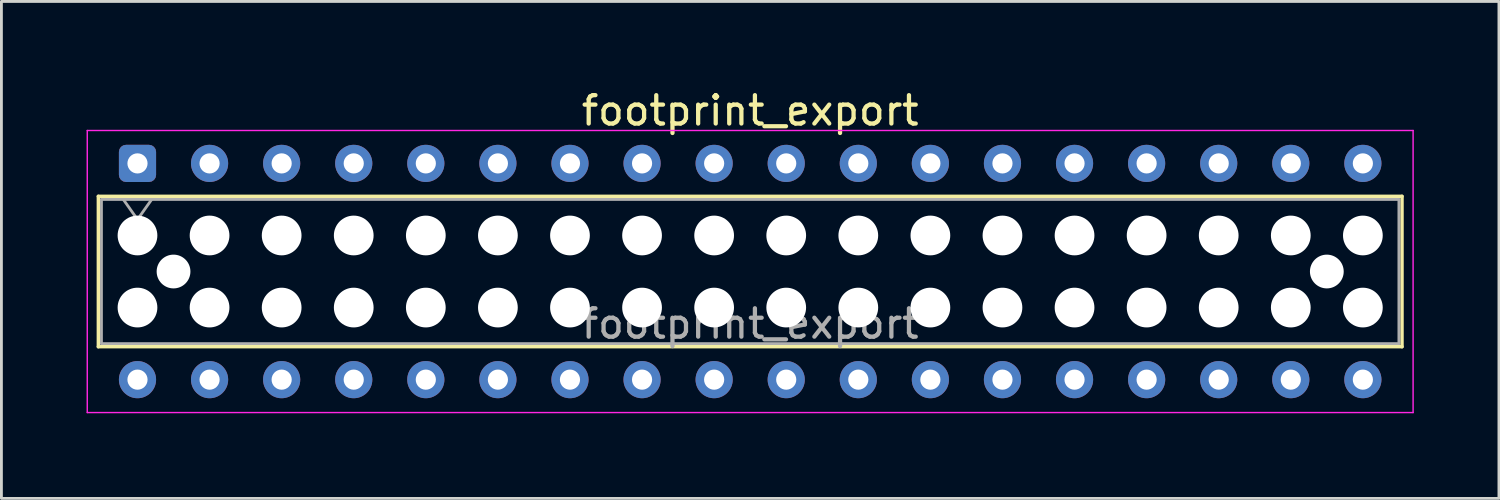
<source format=kicad_pcb>
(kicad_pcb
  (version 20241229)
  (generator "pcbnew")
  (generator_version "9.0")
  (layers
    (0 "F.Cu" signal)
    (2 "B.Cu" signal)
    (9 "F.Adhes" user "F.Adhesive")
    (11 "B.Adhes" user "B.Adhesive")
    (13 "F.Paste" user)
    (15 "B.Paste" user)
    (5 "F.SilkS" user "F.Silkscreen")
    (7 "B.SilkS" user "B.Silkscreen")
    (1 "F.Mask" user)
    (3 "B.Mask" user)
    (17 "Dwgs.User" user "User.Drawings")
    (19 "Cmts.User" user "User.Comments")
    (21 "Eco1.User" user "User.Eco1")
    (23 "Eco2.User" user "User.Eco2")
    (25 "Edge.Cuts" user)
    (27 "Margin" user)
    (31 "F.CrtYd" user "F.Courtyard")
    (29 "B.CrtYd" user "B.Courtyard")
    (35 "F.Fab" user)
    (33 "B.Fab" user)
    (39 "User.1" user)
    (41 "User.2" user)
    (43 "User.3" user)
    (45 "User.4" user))
  (footprint "footprint_export"
    (layer "F.Cu")
    (at 1.795 2.708)
    (property "Reference" "footprint_export" (at 21.59 -1.86 0) (layer "F.SilkS") (effects (font (size 1 1) (thickness 0.15))))
    (attr through_hole)
    (fp_line (start -1.38 1.16) (end 44.56 1.16) (stroke (width 0.12) (type solid)) (layer "F.SilkS"))
    (fp_line (start -1.38 6.46) (end -1.38 1.16) (stroke (width 0.12) (type solid)) (layer "F.SilkS"))
    (fp_line (start 44.56 1.16) (end 44.56 6.46) (stroke (width 0.12) (type solid)) (layer "F.SilkS"))
    (fp_line (start 44.56 6.46) (end -1.38 6.46) (stroke (width 0.12) (type solid)) (layer "F.SilkS"))
    (fp_line (start -1.77 -1.16) (end 44.95 -1.16) (stroke (width 0.05) (type solid)) (layer "F.CrtYd"))
    (fp_line (start -1.77 8.78) (end -1.77 -1.16) (stroke (width 0.05) (type solid)) (layer "F.CrtYd"))
    (fp_line (start 44.95 -1.16) (end 44.95 8.78) (stroke (width 0.05) (type solid)) (layer "F.CrtYd"))
    (fp_line (start 44.95 8.78) (end -1.77 8.78) (stroke (width 0.05) (type solid)) (layer "F.CrtYd"))
    (fp_line (start -1.27 1.27) (end 44.45 1.27) (stroke (width 0.1) (type solid)) (layer "F.Fab"))
    (fp_line (start -1.27 6.35) (end -1.27 1.27) (stroke (width 0.1) (type solid)) (layer "F.Fab"))
    (fp_line (start -0.5 1.27) (end 0 1.977) (stroke (width 0.1) (type solid)) (layer "F.Fab"))
    (fp_line (start 0 1.977) (end 0.5 1.27) (stroke (width 0.1) (type solid)) (layer "F.Fab"))
    (fp_line (start 44.45 1.27) (end 44.45 6.35) (stroke (width 0.1) (type solid)) (layer "F.Fab"))
    (fp_line (start 44.45 6.35) (end -1.27 6.35) (stroke (width 0.1) (type solid)) (layer "F.Fab"))
    (fp_text user "${REFERENCE}" (at 21.59 5.65 0) (layer "F.Fab") (effects (font (size 1 1) (thickness 0.15))))
    (pad "" np_thru_hole circle (at 0 2.54) (size 1.4 1.4) (drill 1.4) (layers "*.Cu" "*.Mask"))
    (pad "" np_thru_hole circle (at 0 5.08) (size 1.4 1.4) (drill 1.4) (layers "*.Cu" "*.Mask"))
    (pad "" np_thru_hole circle (at 1.27 3.81) (size 1.19 1.19) (drill 1.19) (layers "*.Cu" "*.Mask"))
    (pad "" np_thru_hole circle (at 2.54 2.54) (size 1.4 1.4) (drill 1.4) (layers "*.Cu" "*.Mask"))
    (pad "" np_thru_hole circle (at 2.54 5.08) (size 1.4 1.4) (drill 1.4) (layers "*.Cu" "*.Mask"))
    (pad "" np_thru_hole circle (at 5.08 2.54) (size 1.4 1.4) (drill 1.4) (layers "*.Cu" "*.Mask"))
    (pad "" np_thru_hole circle (at 5.08 5.08) (size 1.4 1.4) (drill 1.4) (layers "*.Cu" "*.Mask"))
    (pad "" np_thru_hole circle (at 7.62 2.54) (size 1.4 1.4) (drill 1.4) (layers "*.Cu" "*.Mask"))
    (pad "" np_thru_hole circle (at 7.62 5.08) (size 1.4 1.4) (drill 1.4) (layers "*.Cu" "*.Mask"))
    (pad "" np_thru_hole circle (at 10.16 2.54) (size 1.4 1.4) (drill 1.4) (layers "*.Cu" "*.Mask"))
    (pad "" np_thru_hole circle (at 10.16 5.08) (size 1.4 1.4) (drill 1.4) (layers "*.Cu" "*.Mask"))
    (pad "" np_thru_hole circle (at 12.7 2.54) (size 1.4 1.4) (drill 1.4) (layers "*.Cu" "*.Mask"))
    (pad "" np_thru_hole circle (at 12.7 5.08) (size 1.4 1.4) (drill 1.4) (layers "*.Cu" "*.Mask"))
    (pad "" np_thru_hole circle (at 15.24 2.54) (size 1.4 1.4) (drill 1.4) (layers "*.Cu" "*.Mask"))
    (pad "" np_thru_hole circle (at 15.24 5.08) (size 1.4 1.4) (drill 1.4) (layers "*.Cu" "*.Mask"))
    (pad "" np_thru_hole circle (at 17.78 2.54) (size 1.4 1.4) (drill 1.4) (layers "*.Cu" "*.Mask"))
    (pad "" np_thru_hole circle (at 17.78 5.08) (size 1.4 1.4) (drill 1.4) (layers "*.Cu" "*.Mask"))
    (pad "" np_thru_hole circle (at 20.32 2.54) (size 1.4 1.4) (drill 1.4) (layers "*.Cu" "*.Mask"))
    (pad "" np_thru_hole circle (at 20.32 5.08) (size 1.4 1.4) (drill 1.4) (layers "*.Cu" "*.Mask"))
    (pad "" np_thru_hole circle (at 22.86 2.54) (size 1.4 1.4) (drill 1.4) (layers "*.Cu" "*.Mask"))
    (pad "" np_thru_hole circle (at 22.86 5.08) (size 1.4 1.4) (drill 1.4) (layers "*.Cu" "*.Mask"))
    (pad "" np_thru_hole circle (at 25.4 2.54) (size 1.4 1.4) (drill 1.4) (layers "*.Cu" "*.Mask"))
    (pad "" np_thru_hole circle (at 25.4 5.08) (size 1.4 1.4) (drill 1.4) (layers "*.Cu" "*.Mask"))
    (pad "" np_thru_hole circle (at 27.94 2.54) (size 1.4 1.4) (drill 1.4) (layers "*.Cu" "*.Mask"))
    (pad "" np_thru_hole circle (at 27.94 5.08) (size 1.4 1.4) (drill 1.4) (layers "*.Cu" "*.Mask"))
    (pad "" np_thru_hole circle (at 30.48 2.54) (size 1.4 1.4) (drill 1.4) (layers "*.Cu" "*.Mask"))
    (pad "" np_thru_hole circle (at 30.48 5.08) (size 1.4 1.4) (drill 1.4) (layers "*.Cu" "*.Mask"))
    (pad "" np_thru_hole circle (at 33.02 2.54) (size 1.4 1.4) (drill 1.4) (layers "*.Cu" "*.Mask"))
    (pad "" np_thru_hole circle (at 33.02 5.08) (size 1.4 1.4) (drill 1.4) (layers "*.Cu" "*.Mask"))
    (pad "" np_thru_hole circle (at 35.56 2.54) (size 1.4 1.4) (drill 1.4) (layers "*.Cu" "*.Mask"))
    (pad "" np_thru_hole circle (at 35.56 5.08) (size 1.4 1.4) (drill 1.4) (layers "*.Cu" "*.Mask"))
    (pad "" np_thru_hole circle (at 38.1 2.54) (size 1.4 1.4) (drill 1.4) (layers "*.Cu" "*.Mask"))
    (pad "" np_thru_hole circle (at 38.1 5.08) (size 1.4 1.4) (drill 1.4) (layers "*.Cu" "*.Mask"))
    (pad "" np_thru_hole circle (at 40.64 2.54) (size 1.4 1.4) (drill 1.4) (layers "*.Cu" "*.Mask"))
    (pad "" np_thru_hole circle (at 40.64 5.08) (size 1.4 1.4) (drill 1.4) (layers "*.Cu" "*.Mask"))
    (pad "" np_thru_hole circle (at 41.91 3.81) (size 1.19 1.19) (drill 1.19) (layers "*.Cu" "*.Mask"))
    (pad "" np_thru_hole circle (at 43.18 2.54) (size 1.4 1.4) (drill 1.4) (layers "*.Cu" "*.Mask"))
    (pad "" np_thru_hole circle (at 43.18 5.08) (size 1.4 1.4) (drill 1.4) (layers "*.Cu" "*.Mask"))
    (pad "1" thru_hole roundrect (at 0 0) (size 1.31 1.31) (drill 0.71) (layers "*.Cu" "*.Mask") (roundrect_rratio 0.191))
    (pad "2" thru_hole circle (at 0 7.62) (size 1.31 1.31) (drill 0.71) (layers "*.Cu" "*.Mask"))
    (pad "3" thru_hole circle (at 2.54 0) (size 1.31 1.31) (drill 0.71) (layers "*.Cu" "*.Mask"))
    (pad "4" thru_hole circle (at 2.54 7.62) (size 1.31 1.31) (drill 0.71) (layers "*.Cu" "*.Mask"))
    (pad "5" thru_hole circle (at 5.08 0) (size 1.31 1.31) (drill 0.71) (layers "*.Cu" "*.Mask"))
    (pad "6" thru_hole circle (at 5.08 7.62) (size 1.31 1.31) (drill 0.71) (layers "*.Cu" "*.Mask"))
    (pad "7" thru_hole circle (at 7.62 0) (size 1.31 1.31) (drill 0.71) (layers "*.Cu" "*.Mask"))
    (pad "8" thru_hole circle (at 7.62 7.62) (size 1.31 1.31) (drill 0.71) (layers "*.Cu" "*.Mask"))
    (pad "9" thru_hole circle (at 10.16 0) (size 1.31 1.31) (drill 0.71) (layers "*.Cu" "*.Mask"))
    (pad "10" thru_hole circle (at 10.16 7.62) (size 1.31 1.31) (drill 0.71) (layers "*.Cu" "*.Mask"))
    (pad "11" thru_hole circle (at 12.7 0) (size 1.31 1.31) (drill 0.71) (layers "*.Cu" "*.Mask"))
    (pad "12" thru_hole circle (at 12.7 7.62) (size 1.31 1.31) (drill 0.71) (layers "*.Cu" "*.Mask"))
    (pad "13" thru_hole circle (at 15.24 0) (size 1.31 1.31) (drill 0.71) (layers "*.Cu" "*.Mask"))
    (pad "14" thru_hole circle (at 15.24 7.62) (size 1.31 1.31) (drill 0.71) (layers "*.Cu" "*.Mask"))
    (pad "15" thru_hole circle (at 17.78 0) (size 1.31 1.31) (drill 0.71) (layers "*.Cu" "*.Mask"))
    (pad "16" thru_hole circle (at 17.78 7.62) (size 1.31 1.31) (drill 0.71) (layers "*.Cu" "*.Mask"))
    (pad "17" thru_hole circle (at 20.32 0) (size 1.31 1.31) (drill 0.71) (layers "*.Cu" "*.Mask"))
    (pad "18" thru_hole circle (at 20.32 7.62) (size 1.31 1.31) (drill 0.71) (layers "*.Cu" "*.Mask"))
    (pad "19" thru_hole circle (at 22.86 0) (size 1.31 1.31) (drill 0.71) (layers "*.Cu" "*.Mask"))
    (pad "20" thru_hole circle (at 22.86 7.62) (size 1.31 1.31) (drill 0.71) (layers "*.Cu" "*.Mask"))
    (pad "21" thru_hole circle (at 25.4 0) (size 1.31 1.31) (drill 0.71) (layers "*.Cu" "*.Mask"))
    (pad "22" thru_hole circle (at 25.4 7.62) (size 1.31 1.31) (drill 0.71) (layers "*.Cu" "*.Mask"))
    (pad "23" thru_hole circle (at 27.94 0) (size 1.31 1.31) (drill 0.71) (layers "*.Cu" "*.Mask"))
    (pad "24" thru_hole circle (at 27.94 7.62) (size 1.31 1.31) (drill 0.71) (layers "*.Cu" "*.Mask"))
    (pad "25" thru_hole circle (at 30.48 0) (size 1.31 1.31) (drill 0.71) (layers "*.Cu" "*.Mask"))
    (pad "26" thru_hole circle (at 30.48 7.62) (size 1.31 1.31) (drill 0.71) (layers "*.Cu" "*.Mask"))
    (pad "27" thru_hole circle (at 33.02 0) (size 1.31 1.31) (drill 0.71) (layers "*.Cu" "*.Mask"))
    (pad "28" thru_hole circle (at 33.02 7.62) (size 1.31 1.31) (drill 0.71) (layers "*.Cu" "*.Mask"))
    (pad "29" thru_hole circle (at 35.56 0) (size 1.31 1.31) (drill 0.71) (layers "*.Cu" "*.Mask"))
    (pad "30" thru_hole circle (at 35.56 7.62) (size 1.31 1.31) (drill 0.71) (layers "*.Cu" "*.Mask"))
    (pad "31" thru_hole circle (at 38.1 0) (size 1.31 1.31) (drill 0.71) (layers "*.Cu" "*.Mask"))
    (pad "32" thru_hole circle (at 38.1 7.62) (size 1.31 1.31) (drill 0.71) (layers "*.Cu" "*.Mask"))
    (pad "33" thru_hole circle (at 40.64 0) (size 1.31 1.31) (drill 0.71) (layers "*.Cu" "*.Mask"))
    (pad "34" thru_hole circle (at 40.64 7.62) (size 1.31 1.31) (drill 0.71) (layers "*.Cu" "*.Mask"))
    (pad "35" thru_hole circle (at 43.18 0) (size 1.31 1.31) (drill 0.71) (layers "*.Cu" "*.Mask"))
    (pad "36" thru_hole circle (at 43.18 7.62) (size 1.31 1.31) (drill 0.71) (layers "*.Cu" "*.Mask")))
  (gr_rect
    (start -3 -3)
    (end 49.77 14.513)
    (stroke (width 0.1) (type default))
    (fill no)
    (layer "Edge.Cuts")))
</source>
